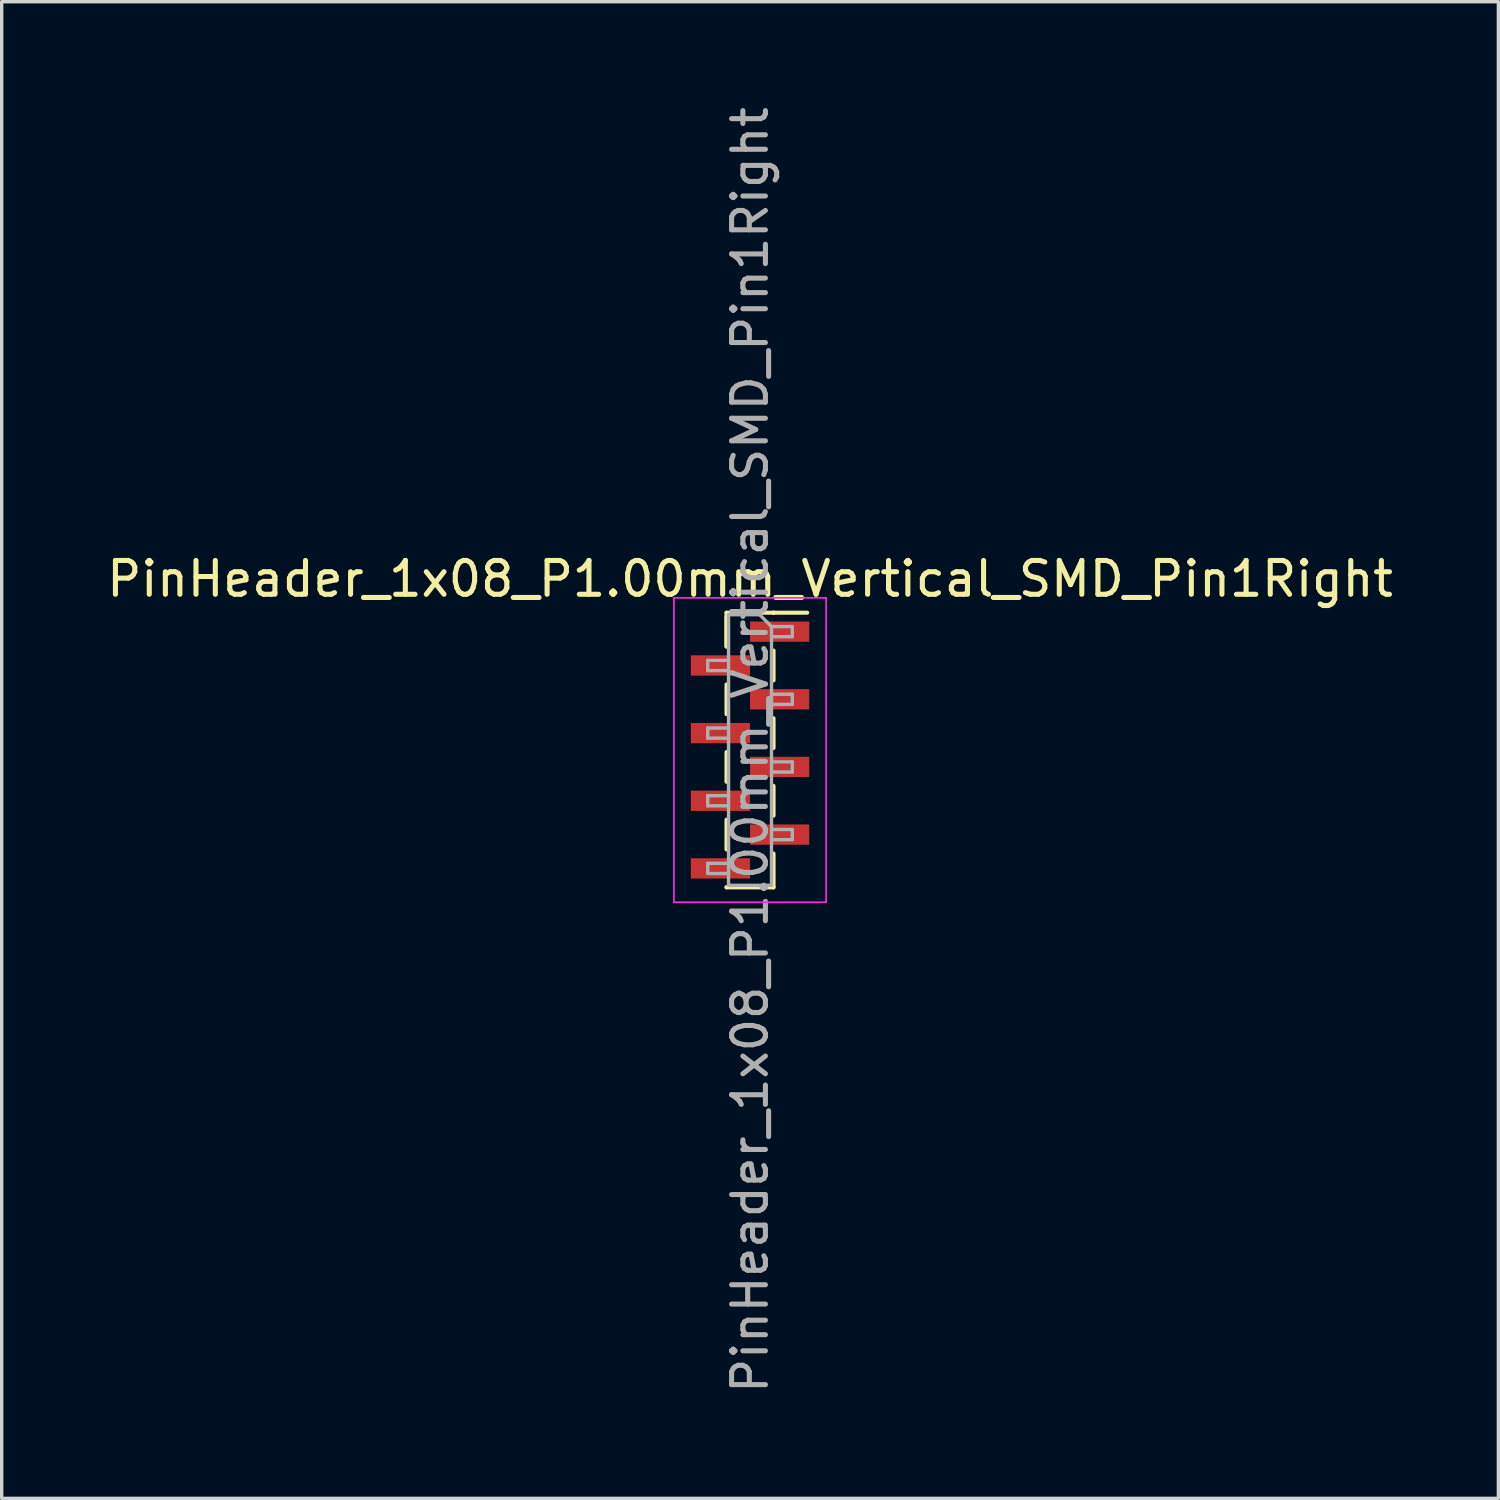
<source format=kicad_pcb>
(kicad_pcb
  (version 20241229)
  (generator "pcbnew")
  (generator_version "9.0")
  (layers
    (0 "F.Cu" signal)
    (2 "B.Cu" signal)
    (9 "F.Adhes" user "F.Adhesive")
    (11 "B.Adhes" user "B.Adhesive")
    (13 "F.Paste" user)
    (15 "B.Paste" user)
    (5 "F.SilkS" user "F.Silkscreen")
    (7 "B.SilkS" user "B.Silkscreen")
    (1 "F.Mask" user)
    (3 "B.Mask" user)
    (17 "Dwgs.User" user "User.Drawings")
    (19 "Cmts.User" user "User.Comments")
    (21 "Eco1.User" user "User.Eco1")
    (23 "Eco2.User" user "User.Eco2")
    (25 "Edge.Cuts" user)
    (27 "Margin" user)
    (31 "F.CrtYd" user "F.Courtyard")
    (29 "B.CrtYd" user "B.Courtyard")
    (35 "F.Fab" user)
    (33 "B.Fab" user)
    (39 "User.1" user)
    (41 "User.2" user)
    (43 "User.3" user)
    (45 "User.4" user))
  (footprint "PinHeader_1x08_P1.00mm_Vertical_SMD_Pin1Right"
    (layer "F.Cu")
    (at 19.125 19.125)
    (property "Reference" "PinHeader_1x08_P1.00mm_Vertical_SMD_Pin1Right" (at 0 -5.06 0) (layer "F.SilkS") (effects (font (size 1 1) (thickness 0.15))))
    (attr smd)
    (fp_line (start -0.695 -4.06) (end -0.695 -3.06) (stroke (width 0.12) (type solid)) (layer "F.SilkS"))
    (fp_line (start -0.695 -4.06) (end 0.695 -4.06) (stroke (width 0.12) (type solid)) (layer "F.SilkS"))
    (fp_line (start -0.695 -3.94) (end -0.695 -3.06) (stroke (width 0.12) (type solid)) (layer "F.SilkS"))
    (fp_line (start -0.695 -1.94) (end -0.695 -1.06) (stroke (width 0.12) (type solid)) (layer "F.SilkS"))
    (fp_line (start -0.695 0.06) (end -0.695 0.94) (stroke (width 0.12) (type solid)) (layer "F.SilkS"))
    (fp_line (start -0.695 2.06) (end -0.695 2.94) (stroke (width 0.12) (type solid)) (layer "F.SilkS"))
    (fp_line (start -0.695 4.06) (end -0.695 4.06) (stroke (width 0.12) (type solid)) (layer "F.SilkS"))
    (fp_line (start -0.695 4.06) (end 0.695 4.06) (stroke (width 0.12) (type solid)) (layer "F.SilkS"))
    (fp_line (start 0.695 -4.06) (end 0.695 -4.06) (stroke (width 0.12) (type solid)) (layer "F.SilkS"))
    (fp_line (start 0.695 -4.06) (end 1.69 -4.06) (stroke (width 0.12) (type solid)) (layer "F.SilkS"))
    (fp_line (start 0.695 -2.94) (end 0.695 -2.06) (stroke (width 0.12) (type solid)) (layer "F.SilkS"))
    (fp_line (start 0.695 -0.94) (end 0.695 -0.06) (stroke (width 0.12) (type solid)) (layer "F.SilkS"))
    (fp_line (start 0.695 1.06) (end 0.695 1.94) (stroke (width 0.12) (type solid)) (layer "F.SilkS"))
    (fp_line (start 0.695 3.06) (end 0.695 4.06) (stroke (width 0.12) (type solid)) (layer "F.SilkS"))
    (fp_line (start -2.25 -4.5) (end -2.25 4.5) (stroke (width 0.05) (type solid)) (layer "F.CrtYd"))
    (fp_line (start -2.25 4.5) (end 2.25 4.5) (stroke (width 0.05) (type solid)) (layer "F.CrtYd"))
    (fp_line (start 2.25 -4.5) (end -2.25 -4.5) (stroke (width 0.05) (type solid)) (layer "F.CrtYd"))
    (fp_line (start 2.25 4.5) (end 2.25 -4.5) (stroke (width 0.05) (type solid)) (layer "F.CrtYd"))
    (fp_line (start -1.25 -2.65) (end -1.25 -2.35) (stroke (width 0.1) (type solid)) (layer "F.Fab"))
    (fp_line (start -1.25 -2.35) (end -0.635 -2.35) (stroke (width 0.1) (type solid)) (layer "F.Fab"))
    (fp_line (start -1.25 -0.65) (end -1.25 -0.35) (stroke (width 0.1) (type solid)) (layer "F.Fab"))
    (fp_line (start -1.25 -0.35) (end -0.635 -0.35) (stroke (width 0.1) (type solid)) (layer "F.Fab"))
    (fp_line (start -1.25 1.35) (end -1.25 1.65) (stroke (width 0.1) (type solid)) (layer "F.Fab"))
    (fp_line (start -1.25 1.65) (end -0.635 1.65) (stroke (width 0.1) (type solid)) (layer "F.Fab"))
    (fp_line (start -1.25 3.35) (end -1.25 3.65) (stroke (width 0.1) (type solid)) (layer "F.Fab"))
    (fp_line (start -1.25 3.65) (end -0.635 3.65) (stroke (width 0.1) (type solid)) (layer "F.Fab"))
    (fp_line (start -0.635 -4) (end -0.635 4) (stroke (width 0.1) (type solid)) (layer "F.Fab"))
    (fp_line (start -0.635 -4) (end 0.285 -4) (stroke (width 0.1) (type solid)) (layer "F.Fab"))
    (fp_line (start -0.635 -2.65) (end -1.25 -2.65) (stroke (width 0.1) (type solid)) (layer "F.Fab"))
    (fp_line (start -0.635 -0.65) (end -1.25 -0.65) (stroke (width 0.1) (type solid)) (layer "F.Fab"))
    (fp_line (start -0.635 1.35) (end -1.25 1.35) (stroke (width 0.1) (type solid)) (layer "F.Fab"))
    (fp_line (start -0.635 3.35) (end -1.25 3.35) (stroke (width 0.1) (type solid)) (layer "F.Fab"))
    (fp_line (start 0.635 -3.65) (end 0.285 -4) (stroke (width 0.1) (type solid)) (layer "F.Fab"))
    (fp_line (start 0.635 -3.65) (end 1.25 -3.65) (stroke (width 0.1) (type solid)) (layer "F.Fab"))
    (fp_line (start 0.635 -1.65) (end 1.25 -1.65) (stroke (width 0.1) (type solid)) (layer "F.Fab"))
    (fp_line (start 0.635 0.35) (end 1.25 0.35) (stroke (width 0.1) (type solid)) (layer "F.Fab"))
    (fp_line (start 0.635 2.35) (end 1.25 2.35) (stroke (width 0.1) (type solid)) (layer "F.Fab"))
    (fp_line (start 0.635 4) (end -0.635 4) (stroke (width 0.1) (type solid)) (layer "F.Fab"))
    (fp_line (start 0.635 4) (end 0.635 -3.65) (stroke (width 0.1) (type solid)) (layer "F.Fab"))
    (fp_line (start 1.25 -3.65) (end 1.25 -3.35) (stroke (width 0.1) (type solid)) (layer "F.Fab"))
    (fp_line (start 1.25 -3.35) (end 0.635 -3.35) (stroke (width 0.1) (type solid)) (layer "F.Fab"))
    (fp_line (start 1.25 -1.65) (end 1.25 -1.35) (stroke (width 0.1) (type solid)) (layer "F.Fab"))
    (fp_line (start 1.25 -1.35) (end 0.635 -1.35) (stroke (width 0.1) (type solid)) (layer "F.Fab"))
    (fp_line (start 1.25 0.35) (end 1.25 0.65) (stroke (width 0.1) (type solid)) (layer "F.Fab"))
    (fp_line (start 1.25 0.65) (end 0.635 0.65) (stroke (width 0.1) (type solid)) (layer "F.Fab"))
    (fp_line (start 1.25 2.35) (end 1.25 2.65) (stroke (width 0.1) (type solid)) (layer "F.Fab"))
    (fp_line (start 1.25 2.65) (end 0.635 2.65) (stroke (width 0.1) (type solid)) (layer "F.Fab"))
    (fp_text user "${REFERENCE}" (at 0 0 90) (layer "F.Fab") (effects (font (size 1 1) (thickness 0.15))))
    (pad "1" smd rect (at 0.875 -3.5) (size 1.75 0.6) (layers "F.Cu" "F.Mask" "F.Paste"))
    (pad "2" smd rect (at -0.875 -2.5) (size 1.75 0.6) (layers "F.Cu" "F.Mask" "F.Paste"))
    (pad "3" smd rect (at 0.875 -1.5) (size 1.75 0.6) (layers "F.Cu" "F.Mask" "F.Paste"))
    (pad "4" smd rect (at -0.875 -0.5) (size 1.75 0.6) (layers "F.Cu" "F.Mask" "F.Paste"))
    (pad "5" smd rect (at 0.875 0.5) (size 1.75 0.6) (layers "F.Cu" "F.Mask" "F.Paste"))
    (pad "6" smd rect (at -0.875 1.5) (size 1.75 0.6) (layers "F.Cu" "F.Mask" "F.Paste"))
    (pad "7" smd rect (at 0.875 2.5) (size 1.75 0.6) (layers "F.Cu" "F.Mask" "F.Paste"))
    (pad "8" smd rect (at -0.875 3.5) (size 1.75 0.6) (layers "F.Cu" "F.Mask" "F.Paste")))
  (gr_rect
    (start -3 -3)
    (end 41.25 41.25)
    (stroke (width 0.1) (type default))
    (fill no)
    (layer "Edge.Cuts")))
</source>
